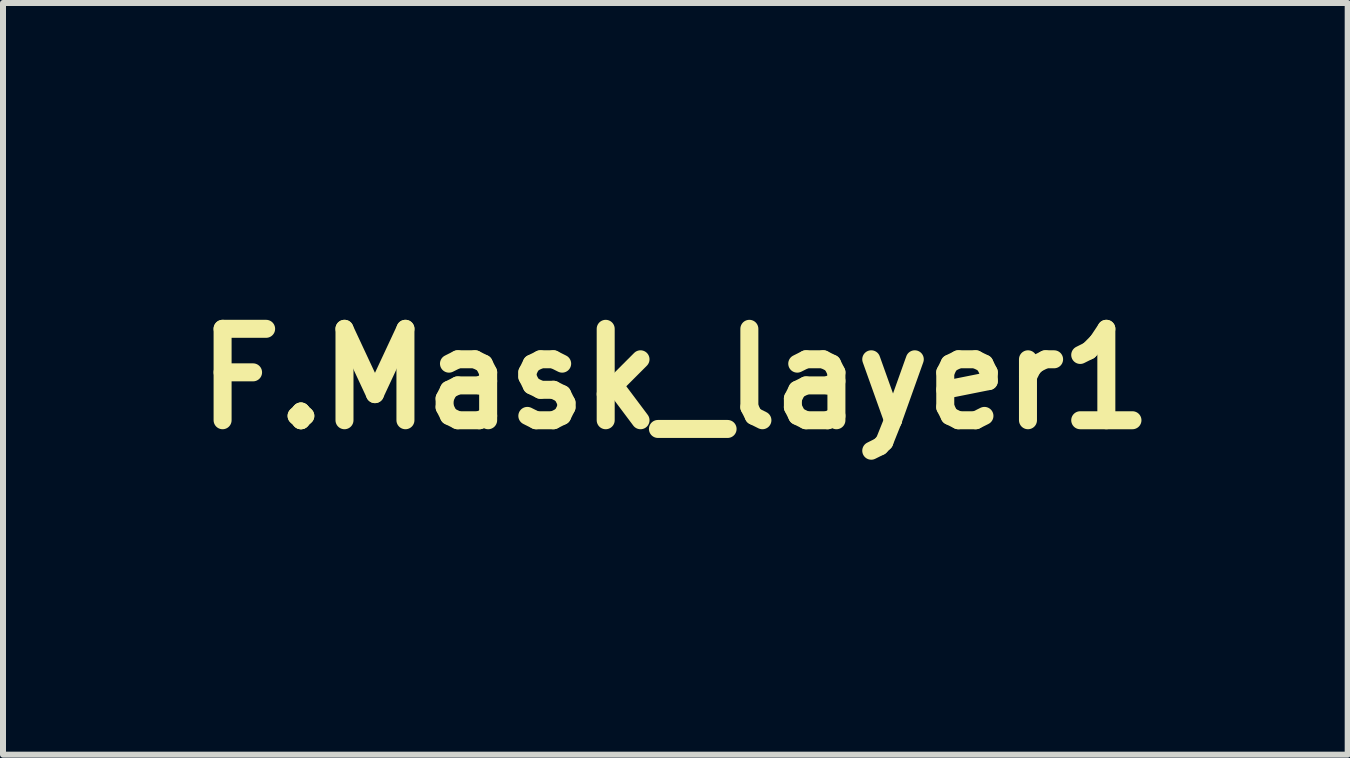
<source format=kicad_pcb>
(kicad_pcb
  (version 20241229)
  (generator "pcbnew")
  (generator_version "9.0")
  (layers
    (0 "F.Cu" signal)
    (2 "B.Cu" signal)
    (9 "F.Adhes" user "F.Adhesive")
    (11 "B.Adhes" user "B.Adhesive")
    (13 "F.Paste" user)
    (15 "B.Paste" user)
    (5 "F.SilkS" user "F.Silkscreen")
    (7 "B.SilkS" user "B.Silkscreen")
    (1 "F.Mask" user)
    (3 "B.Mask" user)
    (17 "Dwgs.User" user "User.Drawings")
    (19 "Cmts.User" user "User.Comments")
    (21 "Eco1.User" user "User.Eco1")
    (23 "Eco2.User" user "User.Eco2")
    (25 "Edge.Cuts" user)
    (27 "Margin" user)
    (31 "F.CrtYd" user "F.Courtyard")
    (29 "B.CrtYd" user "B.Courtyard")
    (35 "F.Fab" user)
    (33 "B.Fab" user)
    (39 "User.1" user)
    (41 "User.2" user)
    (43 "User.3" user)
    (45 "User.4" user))
  (footprint "F.Mask_layer1"
    (layer "F.Cu")
    (at 8.208 3.266)
    (property "Reference" "F.Mask_layer1" (at 0 0 0) (layer "F.SilkS") (effects (font (size 1.524 1.524) (thickness 0.3))))
    (attr through_hole)
    (fp_poly (pts (xy 0.37 -3.257) (xy 0.462 -3.246) (xy 0.575 -3.232) (xy 0.549 -2.932) (xy 0.598 -2.993) (xy 0.651 -3.062) (xy 0.687 -3.102) (xy 0.717 -3.115) (xy 0.751 -3.103) (xy 0.802 -3.068) (xy 0.847 -3.036) (xy 0.914 -2.987) (xy 0.967 -2.947) (xy 0.999 -2.923) (xy 1.002 -2.921) (xy 0.996 -2.899) (xy 0.969 -2.85) (xy 0.924 -2.778) (xy 0.865 -2.691) (xy 0.816 -2.622) (xy 0.614 -2.339) (xy 0.815 -2.238) (xy 1.016 -2.137) (xy 0.952 -2.011) (xy 0.888 -1.884) (xy 0.429 -2.114) (xy 0.394 -1.856) (xy 0.378 -1.733) (xy 0.367 -1.647) (xy 0.363 -1.593) (xy 0.366 -1.566) (xy 0.377 -1.561) (xy 0.397 -1.573) (xy 0.425 -1.596) (xy 0.426 -1.598) (xy 0.493 -1.654) (xy 0.585 -1.563) (xy 0.634 -1.512) (xy 0.667 -1.471) (xy 0.677 -1.453) (xy 0.663 -1.431) (xy 0.623 -1.387) (xy 0.563 -1.327) (xy 0.49 -1.257) (xy 0.481 -1.248) (xy 0.285 -1.064) (xy 0.21 -0.477) (xy 0.28 -0.419) (xy 0.332 -0.379) (xy 0.376 -0.353) (xy 0.385 -0.349) (xy 0.417 -0.352) (xy 0.479 -0.37) (xy 0.563 -0.399) (xy 0.662 -0.438) (xy 0.688 -0.449) (xy 0.956 -0.561) (xy 1.207 -1.059) (xy 1.334 -0.995) (xy 1.398 -0.96) (xy 1.443 -0.932) (xy 1.46 -0.915) (xy 1.45 -0.888) (xy 1.425 -0.842) (xy 1.418 -0.831) (xy 1.395 -0.787) (xy 1.39 -0.763) (xy 1.392 -0.762) (xy 1.416 -0.77) (xy 1.471 -0.791) (xy 1.55 -0.824) (xy 1.645 -0.863) (xy 1.667 -0.873) (xy 1.926 -0.983) (xy 1.825 -1.089) (xy 1.76 -1.159) (xy 1.693 -1.231) (xy 1.651 -1.277) (xy 1.577 -1.359) (xy 1.683 -1.453) (xy 1.789 -1.548) (xy 1.94 -1.386) (xy 2.091 -1.223) (xy 2.308 -1.49) (xy 2.381 -1.58) (xy 2.445 -1.656) (xy 2.495 -1.715) (xy 2.525 -1.75) (xy 2.533 -1.757) (xy 2.554 -1.744) (xy 2.597 -1.711) (xy 2.653 -1.665) (xy 2.711 -1.615) (xy 2.764 -1.569) (xy 2.8 -1.534) (xy 2.812 -1.52) (xy 2.803 -1.495) (xy 2.774 -1.449) (xy 2.742 -1.407) (xy 2.702 -1.357) (xy 2.679 -1.322) (xy 2.677 -1.312) (xy 2.701 -1.32) (xy 2.753 -1.34) (xy 2.818 -1.366) (xy 2.884 -1.393) (xy 2.934 -1.41) (xy 2.954 -1.413) (xy 2.97 -1.386) (xy 2.995 -1.333) (xy 3.023 -1.267) (xy 3.048 -1.202) (xy 3.065 -1.153) (xy 3.069 -1.134) (xy 3.051 -1.113) (xy 3.003 -1.082) (xy 2.935 -1.049) (xy 2.926 -1.045) (xy 2.783 -0.984) (xy 2.916 -0.972) (xy 2.986 -0.964) (xy 3.037 -0.956) (xy 3.057 -0.95) (xy 3.058 -0.927) (xy 3.056 -0.874) (xy 3.051 -0.803) (xy 3.043 -0.726) (xy 3.035 -0.655) (xy 3.028 -0.603) (xy 3.022 -0.581) (xy 2.999 -0.58) (xy 2.943 -0.583) (xy 2.859 -0.59) (xy 2.757 -0.6) (xy 2.719 -0.604) (xy 2.608 -0.615) (xy 2.51 -0.624) (xy 2.433 -0.631) (xy 2.387 -0.634) (xy 2.381 -0.634) (xy 2.362 -0.632) (xy 2.35 -0.62) (xy 2.344 -0.591) (xy 2.342 -0.537) (xy 2.345 -0.451) (xy 2.346 -0.415) (xy 2.354 -0.194) (xy 2.22 -0.186) (xy 2.15 -0.182) (xy 2.099 -0.18) (xy 2.081 -0.18) (xy 2.078 -0.2) (xy 2.073 -0.254) (xy 2.068 -0.334) (xy 2.062 -0.429) (xy 2.055 -0.526) (xy 2.049 -0.605) (xy 2.043 -0.658) (xy 2.038 -0.677) (xy 2.016 -0.67) (xy 1.963 -0.649) (xy 1.885 -0.618) (xy 1.79 -0.579) (xy 1.762 -0.568) (xy 1.495 -0.458) (xy 1.583 -0.428) (xy 1.637 -0.405) (xy 1.669 -0.381) (xy 1.672 -0.372) (xy 1.666 -0.342) (xy 1.651 -0.287) (xy 1.632 -0.224) (xy 1.613 -0.168) (xy 1.599 -0.134) (xy 1.597 -0.131) (xy 1.576 -0.134) (xy 1.523 -0.148) (xy 1.446 -0.171) (xy 1.353 -0.2) (xy 1.257 -0.229) (xy 1.174 -0.254) (xy 1.113 -0.27) (xy 1.084 -0.275) (xy 1.054 -0.268) (xy 0.993 -0.247) (xy 0.909 -0.216) (xy 0.81 -0.177) (xy 0.783 -0.166) (xy 0.512 -0.057) (xy 0.498 0.059) (xy 0.493 0.126) (xy 0.495 0.175) (xy 0.501 0.191) (xy 0.524 0.209) (xy 0.574 0.247) (xy 0.644 0.3) (xy 0.728 0.362) (xy 0.747 0.377) (xy 0.976 0.545) (xy 1.25 0.534) (xy 1.524 0.523) (xy 1.524 0.802) (xy 1.428 0.808) (xy 1.332 0.815) (xy 1.565 0.99) (xy 1.65 1.053) (xy 1.723 1.106) (xy 1.776 1.144) (xy 1.803 1.163) (xy 1.805 1.164) (xy 1.814 1.145) (xy 1.832 1.094) (xy 1.858 1.019) (xy 1.884 0.937) (xy 1.913 0.845) (xy 1.938 0.77) (xy 1.955 0.718) (xy 1.962 0.7) (xy 1.986 0.699) (xy 2.035 0.71) (xy 2.097 0.731) (xy 2.157 0.755) (xy 2.203 0.779) (xy 2.222 0.797) (xy 2.223 0.797) (xy 2.216 0.829) (xy 2.2 0.89) (xy 2.176 0.97) (xy 2.162 1.013) (xy 2.102 1.201) (xy 2.439 1.255) (xy 2.553 1.273) (xy 2.651 1.29) (xy 2.727 1.304) (xy 2.772 1.313) (xy 2.783 1.316) (xy 2.782 1.338) (xy 2.776 1.391) (xy 2.766 1.461) (xy 2.754 1.538) (xy 2.742 1.608) (xy 2.731 1.662) (xy 2.724 1.686) (xy 2.724 1.686) (xy 2.701 1.686) (xy 2.649 1.68) (xy 2.603 1.672) (xy 2.54 1.662) (xy 2.495 1.657) (xy 2.483 1.659) (xy 2.495 1.674) (xy 2.533 1.707) (xy 2.589 1.752) (xy 2.593 1.755) (xy 2.71 1.844) (xy 2.646 1.933) (xy 2.6 1.995) (xy 2.559 2.051) (xy 2.544 2.07) (xy 2.507 2.118) (xy 2.383 2.022) (xy 2.323 1.976) (xy 2.276 1.942) (xy 2.252 1.926) (xy 2.251 1.926) (xy 2.255 1.943) (xy 2.275 1.987) (xy 2.296 2.031) (xy 2.326 2.093) (xy 2.345 2.142) (xy 2.349 2.159) (xy 2.332 2.179) (xy 2.285 2.208) (xy 2.221 2.24) (xy 2.15 2.272) (xy 2.083 2.298) (xy 2.033 2.314) (xy 2.009 2.313) (xy 1.994 2.289) (xy 1.966 2.233) (xy 1.928 2.153) (xy 1.883 2.057) (xy 1.862 2.011) (xy 1.816 1.91) (xy 1.776 1.824) (xy 1.745 1.759) (xy 1.727 1.722) (xy 1.724 1.717) (xy 1.704 1.725) (xy 1.657 1.751) (xy 1.59 1.792) (xy 1.532 1.828) (xy 1.348 1.948) (xy 1.277 1.842) (xy 1.239 1.783) (xy 1.214 1.736) (xy 1.206 1.716) (xy 1.223 1.697) (xy 1.269 1.661) (xy 1.336 1.613) (xy 1.409 1.564) (xy 1.498 1.505) (xy 1.555 1.463) (xy 1.584 1.435) (xy 1.589 1.416) (xy 1.584 1.408) (xy 1.539 1.371) (xy 1.477 1.321) (xy 1.405 1.265) (xy 1.33 1.208) (xy 1.259 1.156) (xy 1.201 1.114) (xy 1.163 1.089) (xy 1.152 1.084) (xy 1.152 1.108) (xy 1.162 1.156) (xy 1.165 1.165) (xy 1.178 1.217) (xy 1.185 1.249) (xy 1.185 1.251) (xy 1.166 1.263) (xy 1.119 1.277) (xy 1.056 1.29) (xy 0.992 1.299) (xy 0.939 1.303) (xy 0.912 1.299) (xy 0.911 1.298) (xy 0.9 1.27) (xy 0.883 1.212) (xy 0.864 1.135) (xy 0.859 1.111) (xy 0.833 0.992) (xy 0.812 0.904) (xy 0.79 0.84) (xy 0.762 0.79) (xy 0.723 0.745) (xy 0.667 0.697) (xy 0.588 0.636) (xy 0.546 0.604) (xy 0.451 0.531) (xy 0.382 0.482) (xy 0.331 0.452) (xy 0.289 0.441) (xy 0.249 0.444) (xy 0.202 0.46) (xy 0.158 0.478) (xy 0.129 0.491) (xy 0.108 0.508) (xy 0.092 0.533) (xy 0.079 0.575) (xy 0.068 0.64) (xy 0.056 0.733) (xy 0.042 0.862) (xy 0.041 0.87) (xy 0.015 1.115) (xy 0.156 1.334) (xy 0.21 1.419) (xy 0.254 1.492) (xy 0.284 1.545) (xy 0.296 1.57) (xy 0.296 1.57) (xy 0.28 1.59) (xy 0.238 1.622) (xy 0.184 1.658) (xy 0.13 1.69) (xy 0.087 1.711) (xy 0.074 1.714) (xy 0.051 1.697) (xy 0.021 1.655) (xy 0.012 1.64) (xy -0.015 1.596) (xy -0.033 1.574) (xy -0.035 1.574) (xy -0.041 1.597) (xy -0.05 1.653) (xy -0.061 1.731) (xy -0.072 1.823) (xy -0.084 1.918) (xy -0.093 2.006) (xy -0.1 2.078) (xy -0.103 2.124) (xy -0.102 2.135) (xy -0.08 2.138) (xy -0.026 2.132) (xy 0.053 2.118) (xy 0.127 2.103) (xy 0.22 2.083) (xy 0.299 2.069) (xy 0.353 2.061) (xy 0.373 2.062) (xy 0.392 2.087) (xy 0.408 2.137) (xy 0.412 2.152) (xy 0.424 2.218) (xy 0.436 2.273) (xy 0.437 2.279) (xy 0.439 2.3) (xy 0.429 2.316) (xy 0.398 2.331) (xy 0.342 2.347) (xy 0.252 2.369) (xy 0.235 2.372) (xy 0.146 2.394) (xy 0.076 2.413) (xy 0.032 2.429) (xy 0.021 2.436) (xy 0.028 2.46) (xy 0.049 2.517) (xy 0.079 2.598) (xy 0.117 2.697) (xy 0.138 2.752) (xy 0.177 2.857) (xy 0.21 2.948) (xy 0.233 3.019) (xy 0.244 3.061) (xy 0.244 3.069) (xy 0.217 3.087) (xy 0.164 3.111) (xy 0.095 3.137) (xy 0.022 3.16) (xy -0.044 3.178) (xy -0.09 3.186) (xy -0.104 3.183) (xy -0.121 3.154) (xy -0.145 3.099) (xy -0.164 3.048) (xy -0.207 2.932) (xy -0.222 3.096) (xy -0.238 3.26) (xy -0.325 3.256) (xy -0.406 3.251) (xy -0.487 3.245) (xy -0.494 3.244) (xy -0.576 3.236) (xy -0.561 3.089) (xy -0.555 3.016) (xy -0.553 2.964) (xy -0.555 2.942) (xy -0.555 2.942) (xy -0.571 2.958) (xy -0.604 2.998) (xy -0.633 3.038) (xy -0.701 3.133) (xy -0.858 3.025) (xy -0.934 2.97) (xy -0.979 2.932) (xy -0.994 2.91) (xy -0.55 2.91) (xy -0.54 2.921) (xy -0.529 2.91) (xy -0.54 2.9) (xy -0.55 2.91) (xy -0.994 2.91) (xy -0.998 2.904) (xy -0.997 2.883) (xy -0.996 2.882) (xy -0.977 2.853) (xy -0.939 2.796) (xy -0.886 2.72) (xy -0.822 2.631) (xy -0.796 2.593) (xy -0.614 2.339) (xy -0.815 2.238) (xy -1.016 2.137) (xy -0.952 2.011) (xy -0.888 1.884) (xy -0.429 2.114) (xy -0.394 1.856) (xy -0.378 1.733) (xy -0.367 1.647) (xy -0.363 1.593) (xy -0.367 1.566) (xy -0.377 1.561) (xy -0.397 1.573) (xy -0.425 1.596) (xy -0.427 1.597) (xy -0.493 1.654) (xy -0.585 1.563) (xy -0.634 1.512) (xy -0.667 1.471) (xy -0.677 1.453) (xy -0.663 1.431) (xy -0.623 1.387) (xy -0.563 1.327) (xy -0.49 1.257) (xy -0.481 1.248) (xy -0.285 1.064) (xy -0.21 0.477) (xy -0.28 0.419) (xy -0.332 0.379) (xy -0.376 0.352) (xy -0.385 0.349) (xy -0.417 0.352) (xy -0.48 0.371) (xy -0.565 0.402) (xy -0.666 0.443) (xy -0.693 0.455) (xy -0.965 0.574) (xy -1.086 0.816) (xy -1.207 1.059) (xy -1.334 0.995) (xy -1.398 0.96) (xy -1.443 0.932) (xy -1.46 0.915) (xy -1.45 0.888) (xy -1.425 0.842) (xy -1.418 0.831) (xy -1.395 0.787) (xy -1.39 0.763) (xy -1.392 0.762) (xy -1.416 0.77) (xy -1.471 0.791) (xy -1.55 0.824) (xy -1.645 0.863) (xy -1.667 0.873) (xy -1.926 0.983) (xy -1.825 1.089) (xy -1.76 1.159) (xy -1.693 1.231) (xy -1.651 1.277) (xy -1.577 1.358) (xy -1.683 1.455) (xy -1.788 1.551) (xy -2.091 1.223) (xy -2.308 1.49) (xy -2.381 1.58) (xy -2.445 1.656) (xy -2.495 1.715) (xy -2.525 1.75) (xy -2.533 1.757) (xy -2.554 1.744) (xy -2.597 1.711) (xy -2.653 1.665) (xy -2.711 1.615) (xy -2.764 1.569) (xy -2.8 1.534) (xy -2.812 1.52) (xy -2.803 1.495) (xy -2.774 1.449) (xy -2.742 1.407) (xy -2.702 1.357) (xy -2.679 1.322) (xy -2.677 1.312) (xy -2.701 1.32) (xy -2.753 1.34) (xy -2.818 1.366) (xy -2.884 1.393) (xy -2.933 1.41) (xy -2.953 1.414) (xy -2.968 1.388) (xy -2.992 1.335) (xy -3.02 1.27) (xy -3.045 1.205) (xy -3.064 1.154) (xy -3.069 1.132) (xy -3.051 1.112) (xy -3.003 1.083) (xy -2.934 1.051) (xy -2.921 1.045) (xy -2.773 0.984) (xy -2.91 0.972) (xy -2.982 0.964) (xy -3.035 0.957) (xy -3.057 0.951) (xy -3.058 0.928) (xy -3.056 0.874) (xy -3.05 0.803) (xy -3.043 0.726) (xy -3.035 0.655) (xy -3.028 0.603) (xy -3.022 0.581) (xy -2.999 0.58) (xy -2.943 0.583) (xy -2.859 0.59) (xy -2.757 0.6) (xy -2.719 0.604) (xy -2.608 0.615) (xy -2.51 0.624) (xy -2.433 0.631) (xy -2.387 0.634) (xy -2.381 0.634) (xy -2.362 0.632) (xy -2.35 0.62) (xy -2.344 0.591) (xy -2.342 0.537) (xy -2.345 0.451) (xy -2.346 0.415) (xy -2.354 0.194) (xy -2.22 0.186) (xy -2.15 0.182) (xy -2.099 0.18) (xy -2.081 0.18) (xy -2.078 0.2) (xy -2.073 0.254) (xy -2.068 0.334) (xy -2.062 0.429) (xy -2.055 0.526) (xy -2.049 0.605) (xy -2.043 0.658) (xy -2.038 0.677) (xy -2.016 0.67) (xy -1.963 0.649) (xy -1.885 0.618) (xy -1.79 0.579) (xy -1.762 0.568) (xy -1.495 0.458) (xy -1.583 0.428) (xy -1.637 0.405) (xy -1.669 0.381) (xy -1.672 0.372) (xy -1.666 0.342) (xy -1.651 0.287) (xy -1.632 0.224) (xy -1.613 0.168) (xy -1.599 0.134) (xy -1.597 0.131) (xy -1.576 0.134) (xy -1.523 0.148) (xy -1.445 0.171) (xy -1.351 0.199) (xy -1.35 0.2) (xy -1.253 0.229) (xy -1.169 0.253) (xy -1.107 0.269) (xy -1.077 0.275) (xy -1.051 0.268) (xy -0.995 0.248) (xy -0.917 0.219) (xy -0.828 0.185) (xy -0.735 0.148) (xy -0.649 0.114) (xy -0.577 0.084) (xy -0.53 0.063) (xy -0.515 0.056) (xy -0.511 0.035) (xy -0.504 -0.015) (xy -0.498 -0.065) (xy -0.483 -0.182) (xy -0.725 -0.364) (xy -0.967 -0.546) (xy -1.245 -0.534) (xy -1.524 -0.523) (xy -1.524 -0.802) (xy -1.428 -0.808) (xy -1.332 -0.815) (xy -1.565 -0.99) (xy -1.65 -1.053) (xy -1.723 -1.106) (xy -1.776 -1.144) (xy -1.803 -1.163) (xy -1.805 -1.164) (xy -1.814 -1.145) (xy -1.832 -1.094) (xy -1.858 -1.019) (xy -1.884 -0.937) (xy -1.913 -0.845) (xy -1.938 -0.77) (xy -1.955 -0.718) (xy -1.962 -0.7) (xy -1.986 -0.699) (xy -2.035 -0.71) (xy -2.097 -0.731) (xy -2.157 -0.755) (xy -2.203 -0.779) (xy -2.222 -0.797) (xy -2.223 -0.797) (xy -2.216 -0.829) (xy -2.2 -0.89) (xy -2.176 -0.97) (xy -2.162 -1.013) (xy -2.102 -1.201) (xy -2.439 -1.255) (xy -2.553 -1.273) (xy -2.652 -1.29) (xy -2.727 -1.304) (xy -2.773 -1.313) (xy -2.783 -1.316) (xy -2.784 -1.339) (xy -2.778 -1.391) (xy -2.771 -1.439) (xy -2.757 -1.52) (xy -2.745 -1.595) (xy -2.74 -1.626) (xy -2.728 -1.673) (xy -2.706 -1.689) (xy -2.671 -1.685) (xy -2.611 -1.674) (xy -2.54 -1.662) (xy -2.529 -1.66) (xy -2.445 -1.646) (xy -2.577 -1.746) (xy -2.709 -1.845) (xy -2.645 -1.933) (xy -2.6 -1.996) (xy -2.558 -2.052) (xy -2.543 -2.071) (xy -2.506 -2.12) (xy -2.401 -2.038) (xy -2.327 -1.98) (xy -2.282 -1.949) (xy -2.263 -1.945) (xy -2.265 -1.966) (xy -2.287 -2.013) (xy -2.295 -2.029) (xy -2.325 -2.092) (xy -2.345 -2.141) (xy -2.349 -2.16) (xy -2.332 -2.179) (xy -2.285 -2.208) (xy -2.221 -2.24) (xy -2.15 -2.272) (xy -2.084 -2.298) (xy -2.033 -2.314) (xy -2.009 -2.313) (xy -1.994 -2.289) (xy -1.966 -2.233) (xy -1.928 -2.154) (xy -1.883 -2.057) (xy -1.861 -2.011) (xy -1.815 -1.91) (xy -1.775 -1.824) (xy -1.744 -1.759) (xy -1.727 -1.723) (xy -1.724 -1.717) (xy -1.704 -1.725) (xy -1.657 -1.751) (xy -1.59 -1.791) (xy -1.532 -1.827) (xy -1.347 -1.945) (xy -1.277 -1.841) (xy -1.239 -1.782) (xy -1.213 -1.735) (xy -1.206 -1.715) (xy -1.223 -1.696) (xy -1.269 -1.659) (xy -1.336 -1.611) (xy -1.408 -1.564) (xy -1.488 -1.512) (xy -1.552 -1.47) (xy -1.595 -1.44) (xy -1.609 -1.43) (xy -1.593 -1.416) (xy -1.551 -1.382) (xy -1.491 -1.335) (xy -1.419 -1.279) (xy -1.344 -1.222) (xy -1.274 -1.169) (xy -1.215 -1.125) (xy -1.176 -1.097) (xy -1.167 -1.091) (xy -1.147 -1.087) (xy -1.15 -1.114) (xy -1.172 -1.19) (xy -1.178 -1.236) (xy -1.162 -1.262) (xy -1.119 -1.277) (xy -1.057 -1.29) (xy -0.987 -1.301) (xy -0.933 -1.303) (xy -0.91 -1.298) (xy -0.898 -1.27) (xy -0.882 -1.212) (xy -0.863 -1.135) (xy -0.858 -1.111) (xy -0.833 -0.992) (xy -0.812 -0.906) (xy -0.79 -0.842) (xy -0.762 -0.792) (xy -0.722 -0.747) (xy -0.665 -0.697) (xy -0.585 -0.634) (xy -0.562 -0.617) (xy -0.477 -0.552) (xy -0.403 -0.496) (xy -0.347 -0.455) (xy -0.315 -0.434) (xy -0.312 -0.433) (xy -0.277 -0.435) (xy -0.221 -0.451) (xy -0.187 -0.465) (xy -0.148 -0.483) (xy -0.119 -0.5) (xy -0.098 -0.525) (xy -0.083 -0.562) (xy -0.07 -0.62) (xy -0.059 -0.704) (xy -0.046 -0.821) (xy -0.041 -0.87) (xy -0.015 -1.115) (xy -0.156 -1.334) (xy -0.21 -1.419) (xy -0.254 -1.491) (xy -0.284 -1.543) (xy -0.296 -1.567) (xy -0.296 -1.568) (xy -0.28 -1.587) (xy -0.239 -1.618) (xy -0.185 -1.655) (xy -0.13 -1.688) (xy -0.087 -1.71) (xy -0.071 -1.714) (xy -0.049 -1.698) (xy -0.018 -1.656) (xy -0.007 -1.637) (xy 0.038 -1.56) (xy 0.05 -1.643) (xy 0.063 -1.734) (xy 0.075 -1.834) (xy 0.087 -1.934) (xy 0.096 -2.023) (xy 0.102 -2.094) (xy 0.104 -2.137) (xy 0.103 -2.146) (xy 0.081 -2.145) (xy 0.026 -2.135) (xy -0.053 -2.119) (xy -0.127 -2.103) (xy -0.22 -2.083) (xy -0.298 -2.069) (xy -0.353 -2.061) (xy -0.372 -2.061) (xy -0.386 -2.084) (xy -0.403 -2.134) (xy -0.421 -2.196) (xy -0.434 -2.258) (xy -0.441 -2.304) (xy -0.439 -2.32) (xy -0.417 -2.327) (xy -0.363 -2.341) (xy -0.286 -2.359) (xy -0.233 -2.371) (xy -0.146 -2.391) (xy -0.077 -2.408) (xy -0.033 -2.42) (xy -0.024 -2.424) (xy -0.028 -2.446) (xy -0.045 -2.501) (xy -0.073 -2.58) (xy -0.11 -2.679) (xy -0.134 -2.743) (xy -0.175 -2.85) (xy -0.196 -2.91) (xy 0.529 -2.91) (xy 0.54 -2.9) (xy 0.55 -2.91) (xy 0.54 -2.921) (xy 0.529 -2.91) (xy -0.196 -2.91) (xy -0.208 -2.943) (xy -0.231 -3.015) (xy -0.243 -3.059) (xy -0.244 -3.069) (xy -0.217 -3.087) (xy -0.164 -3.111) (xy -0.095 -3.137) (xy -0.022 -3.16) (xy 0.044 -3.178) (xy 0.09 -3.186) (xy 0.104 -3.184) (xy 0.121 -3.154) (xy 0.145 -3.099) (xy 0.164 -3.048) (xy 0.207 -2.932) (xy 0.222 -3.096) (xy 0.23 -3.174) (xy 0.241 -3.224) (xy 0.262 -3.252) (xy 0.303 -3.261) (xy 0.37 -3.257)) (stroke (width 0.01) (type solid)) (fill yes) (layer "F.Mask")))
  (gr_rect
    (start -3 -3)
    (end 19.416 9.53)
    (stroke (width 0.1) (type default))
    (fill no)
    (layer "Edge.Cuts")))
</source>
